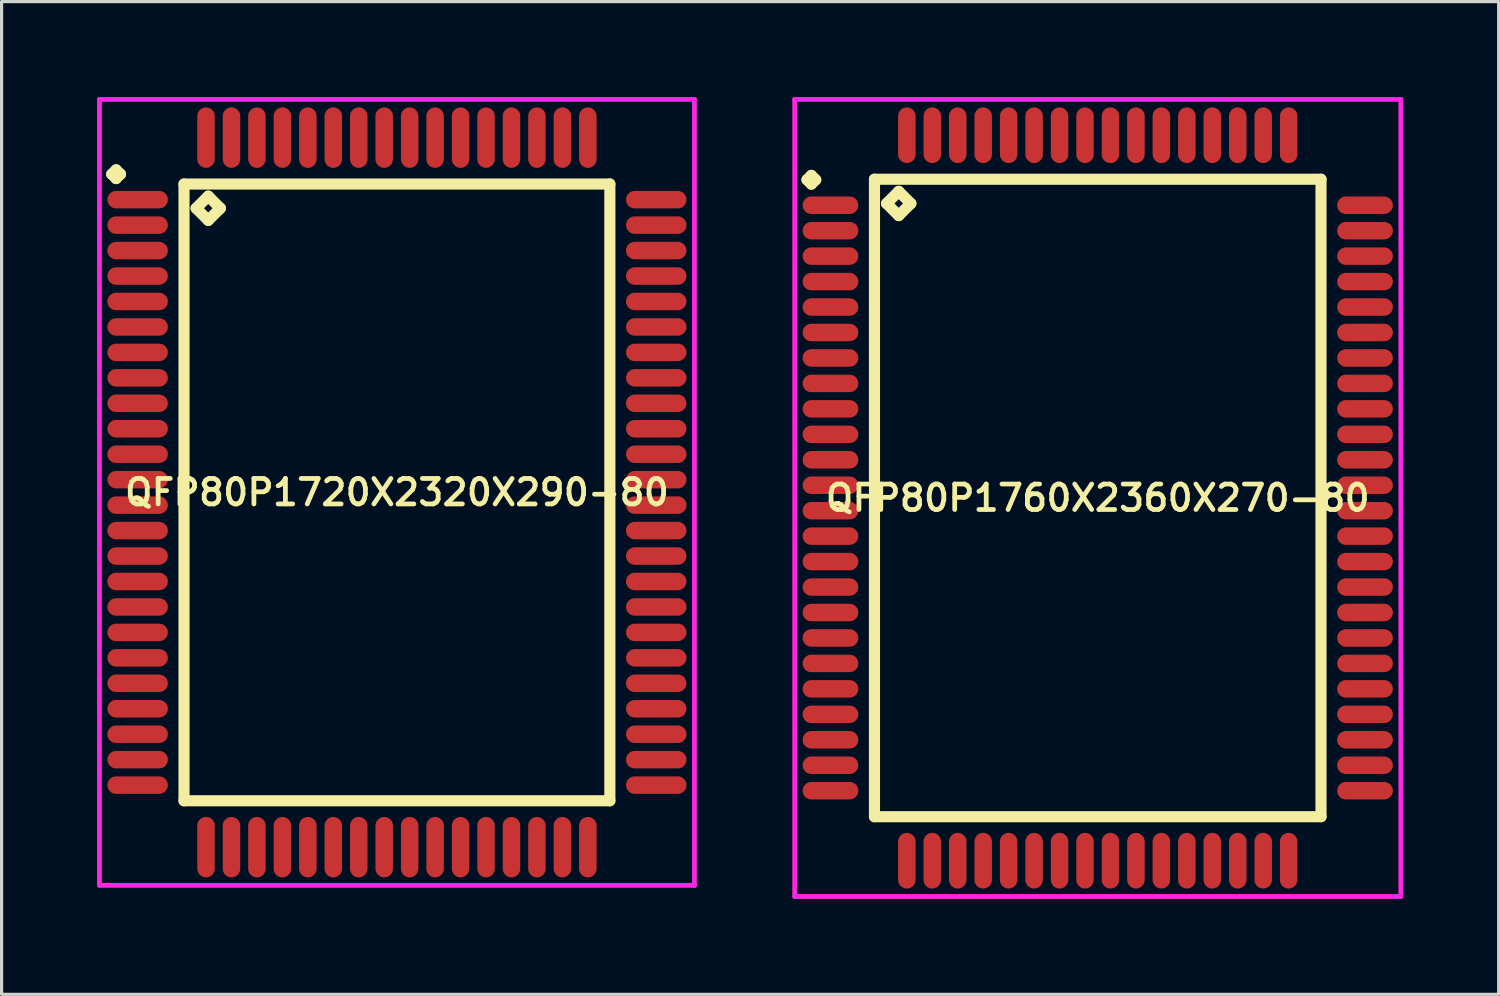
<source format=kicad_pcb>
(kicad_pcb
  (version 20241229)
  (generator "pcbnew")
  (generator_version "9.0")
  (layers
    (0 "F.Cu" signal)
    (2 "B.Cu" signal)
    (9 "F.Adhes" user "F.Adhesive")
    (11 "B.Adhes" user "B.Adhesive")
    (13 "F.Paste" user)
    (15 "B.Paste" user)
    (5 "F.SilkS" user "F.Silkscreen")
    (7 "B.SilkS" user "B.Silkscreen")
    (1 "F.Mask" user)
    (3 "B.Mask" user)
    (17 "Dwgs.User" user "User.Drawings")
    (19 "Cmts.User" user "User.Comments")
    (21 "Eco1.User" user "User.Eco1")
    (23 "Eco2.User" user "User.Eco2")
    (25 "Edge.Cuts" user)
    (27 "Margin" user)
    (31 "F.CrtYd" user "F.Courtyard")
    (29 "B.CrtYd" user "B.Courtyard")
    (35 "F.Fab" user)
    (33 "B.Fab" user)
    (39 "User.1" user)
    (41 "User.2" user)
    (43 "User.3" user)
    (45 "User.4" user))
  (footprint "QFP80P1720X2320X290-80"
    (layer "F.Cu")
    (at 9.425 12.425)
    (property "Reference" "QFP80P1720X2320X290-80" (at 0 0 0) (layer "F.SilkS") (effects (font (size 0.8 0.8) (thickness 0.15))))
    (attr smd)
    (fp_line (start -8.963 -10) (end -8.825 -10.137) (stroke (width 0.35) (type solid)) (layer "F.SilkS"))
    (fp_line (start -8.825 -10.137) (end -8.688 -10) (stroke (width 0.35) (type solid)) (layer "F.SilkS"))
    (fp_line (start -8.825 -9.863) (end -8.963 -10) (stroke (width 0.35) (type solid)) (layer "F.SilkS"))
    (fp_line (start -8.688 -10) (end -8.825 -9.863) (stroke (width 0.35) (type solid)) (layer "F.SilkS"))
    (fp_line (start -6.692 -9.692) (end -6.692 9.692) (stroke (width 0.35) (type solid)) (layer "F.SilkS"))
    (fp_line (start -6.692 9.692) (end 6.692 9.692) (stroke (width 0.35) (type solid)) (layer "F.SilkS"))
    (fp_line (start -6.311 -8.93) (end -5.93 -9.311) (stroke (width 0.35) (type solid)) (layer "F.SilkS"))
    (fp_line (start -5.93 -9.311) (end -5.549 -8.93) (stroke (width 0.35) (type solid)) (layer "F.SilkS"))
    (fp_line (start -5.93 -8.549) (end -6.311 -8.93) (stroke (width 0.35) (type solid)) (layer "F.SilkS"))
    (fp_line (start -5.549 -8.93) (end -5.93 -8.549) (stroke (width 0.35) (type solid)) (layer "F.SilkS"))
    (fp_line (start 6.692 -9.692) (end -6.692 -9.692) (stroke (width 0.35) (type solid)) (layer "F.SilkS"))
    (fp_line (start 6.692 9.692) (end 6.692 -9.692) (stroke (width 0.35) (type solid)) (layer "F.SilkS"))
    (fp_line (start -9.35 -12.35) (end 9.35 -12.35) (stroke (width 0.15) (type solid)) (layer "F.CrtYd"))
    (fp_line (start -9.35 12.35) (end -9.35 -12.35) (stroke (width 0.15) (type solid)) (layer "F.CrtYd"))
    (fp_line (start 9.35 -12.35) (end 9.35 12.35) (stroke (width 0.15) (type solid)) (layer "F.CrtYd"))
    (fp_line (start 9.35 12.35) (end -9.35 12.35) (stroke (width 0.15) (type solid)) (layer "F.CrtYd"))
    (pad "1" smd oval (at -8.15 -9.2) (size 1.9 0.55) (layers "F.Cu" "F.Mask" "F.Paste"))
    (pad "2" smd oval (at -8.15 -8.4) (size 1.9 0.55) (layers "F.Cu" "F.Mask" "F.Paste"))
    (pad "3" smd oval (at -8.15 -7.6) (size 1.9 0.55) (layers "F.Cu" "F.Mask" "F.Paste"))
    (pad "4" smd oval (at -8.15 -6.8) (size 1.9 0.55) (layers "F.Cu" "F.Mask" "F.Paste"))
    (pad "5" smd oval (at -8.15 -6) (size 1.9 0.55) (layers "F.Cu" "F.Mask" "F.Paste"))
    (pad "6" smd oval (at -8.15 -5.2) (size 1.9 0.55) (layers "F.Cu" "F.Mask" "F.Paste"))
    (pad "7" smd oval (at -8.15 -4.4) (size 1.9 0.55) (layers "F.Cu" "F.Mask" "F.Paste"))
    (pad "8" smd oval (at -8.15 -3.6) (size 1.9 0.55) (layers "F.Cu" "F.Mask" "F.Paste"))
    (pad "9" smd oval (at -8.15 -2.8) (size 1.9 0.55) (layers "F.Cu" "F.Mask" "F.Paste"))
    (pad "10" smd oval (at -8.15 -2) (size 1.9 0.55) (layers "F.Cu" "F.Mask" "F.Paste"))
    (pad "11" smd oval (at -8.15 -1.2) (size 1.9 0.55) (layers "F.Cu" "F.Mask" "F.Paste"))
    (pad "12" smd oval (at -8.15 -0.4) (size 1.9 0.55) (layers "F.Cu" "F.Mask" "F.Paste"))
    (pad "13" smd oval (at -8.15 0.4) (size 1.9 0.55) (layers "F.Cu" "F.Mask" "F.Paste"))
    (pad "14" smd oval (at -8.15 1.2) (size 1.9 0.55) (layers "F.Cu" "F.Mask" "F.Paste"))
    (pad "15" smd oval (at -8.15 2) (size 1.9 0.55) (layers "F.Cu" "F.Mask" "F.Paste"))
    (pad "16" smd oval (at -8.15 2.8) (size 1.9 0.55) (layers "F.Cu" "F.Mask" "F.Paste"))
    (pad "17" smd oval (at -8.15 3.6) (size 1.9 0.55) (layers "F.Cu" "F.Mask" "F.Paste"))
    (pad "18" smd oval (at -8.15 4.4) (size 1.9 0.55) (layers "F.Cu" "F.Mask" "F.Paste"))
    (pad "19" smd oval (at -8.15 5.2) (size 1.9 0.55) (layers "F.Cu" "F.Mask" "F.Paste"))
    (pad "20" smd oval (at -8.15 6) (size 1.9 0.55) (layers "F.Cu" "F.Mask" "F.Paste"))
    (pad "21" smd oval (at -8.15 6.8) (size 1.9 0.55) (layers "F.Cu" "F.Mask" "F.Paste"))
    (pad "22" smd oval (at -8.15 7.6) (size 1.9 0.55) (layers "F.Cu" "F.Mask" "F.Paste"))
    (pad "23" smd oval (at -8.15 8.4) (size 1.9 0.55) (layers "F.Cu" "F.Mask" "F.Paste"))
    (pad "24" smd oval (at -8.15 9.2) (size 1.9 0.55) (layers "F.Cu" "F.Mask" "F.Paste"))
    (pad "25" smd oval (at -6 11.15) (size 0.55 1.9) (layers "F.Cu" "F.Mask" "F.Paste"))
    (pad "26" smd oval (at -5.2 11.15) (size 0.55 1.9) (layers "F.Cu" "F.Mask" "F.Paste"))
    (pad "27" smd oval (at -4.4 11.15) (size 0.55 1.9) (layers "F.Cu" "F.Mask" "F.Paste"))
    (pad "28" smd oval (at -3.6 11.15) (size 0.55 1.9) (layers "F.Cu" "F.Mask" "F.Paste"))
    (pad "29" smd oval (at -2.8 11.15) (size 0.55 1.9) (layers "F.Cu" "F.Mask" "F.Paste"))
    (pad "30" smd oval (at -2 11.15) (size 0.55 1.9) (layers "F.Cu" "F.Mask" "F.Paste"))
    (pad "31" smd oval (at -1.2 11.15) (size 0.55 1.9) (layers "F.Cu" "F.Mask" "F.Paste"))
    (pad "32" smd oval (at -0.4 11.15) (size 0.55 1.9) (layers "F.Cu" "F.Mask" "F.Paste"))
    (pad "33" smd oval (at 0.4 11.15) (size 0.55 1.9) (layers "F.Cu" "F.Mask" "F.Paste"))
    (pad "34" smd oval (at 1.2 11.15) (size 0.55 1.9) (layers "F.Cu" "F.Mask" "F.Paste"))
    (pad "35" smd oval (at 2 11.15) (size 0.55 1.9) (layers "F.Cu" "F.Mask" "F.Paste"))
    (pad "36" smd oval (at 2.8 11.15) (size 0.55 1.9) (layers "F.Cu" "F.Mask" "F.Paste"))
    (pad "37" smd oval (at 3.6 11.15) (size 0.55 1.9) (layers "F.Cu" "F.Mask" "F.Paste"))
    (pad "38" smd oval (at 4.4 11.15) (size 0.55 1.9) (layers "F.Cu" "F.Mask" "F.Paste"))
    (pad "39" smd oval (at 5.2 11.15) (size 0.55 1.9) (layers "F.Cu" "F.Mask" "F.Paste"))
    (pad "40" smd oval (at 6 11.15) (size 0.55 1.9) (layers "F.Cu" "F.Mask" "F.Paste"))
    (pad "41" smd oval (at 8.15 9.2) (size 1.9 0.55) (layers "F.Cu" "F.Mask" "F.Paste"))
    (pad "42" smd oval (at 8.15 8.4) (size 1.9 0.55) (layers "F.Cu" "F.Mask" "F.Paste"))
    (pad "43" smd oval (at 8.15 7.6) (size 1.9 0.55) (layers "F.Cu" "F.Mask" "F.Paste"))
    (pad "44" smd oval (at 8.15 6.8) (size 1.9 0.55) (layers "F.Cu" "F.Mask" "F.Paste"))
    (pad "45" smd oval (at 8.15 6) (size 1.9 0.55) (layers "F.Cu" "F.Mask" "F.Paste"))
    (pad "46" smd oval (at 8.15 5.2) (size 1.9 0.55) (layers "F.Cu" "F.Mask" "F.Paste"))
    (pad "47" smd oval (at 8.15 4.4) (size 1.9 0.55) (layers "F.Cu" "F.Mask" "F.Paste"))
    (pad "48" smd oval (at 8.15 3.6) (size 1.9 0.55) (layers "F.Cu" "F.Mask" "F.Paste"))
    (pad "49" smd oval (at 8.15 2.8) (size 1.9 0.55) (layers "F.Cu" "F.Mask" "F.Paste"))
    (pad "50" smd oval (at 8.15 2) (size 1.9 0.55) (layers "F.Cu" "F.Mask" "F.Paste"))
    (pad "51" smd oval (at 8.15 1.2) (size 1.9 0.55) (layers "F.Cu" "F.Mask" "F.Paste"))
    (pad "52" smd oval (at 8.15 0.4) (size 1.9 0.55) (layers "F.Cu" "F.Mask" "F.Paste"))
    (pad "53" smd oval (at 8.15 -0.4) (size 1.9 0.55) (layers "F.Cu" "F.Mask" "F.Paste"))
    (pad "54" smd oval (at 8.15 -1.2) (size 1.9 0.55) (layers "F.Cu" "F.Mask" "F.Paste"))
    (pad "55" smd oval (at 8.15 -2) (size 1.9 0.55) (layers "F.Cu" "F.Mask" "F.Paste"))
    (pad "56" smd oval (at 8.15 -2.8) (size 1.9 0.55) (layers "F.Cu" "F.Mask" "F.Paste"))
    (pad "57" smd oval (at 8.15 -3.6) (size 1.9 0.55) (layers "F.Cu" "F.Mask" "F.Paste"))
    (pad "58" smd oval (at 8.15 -4.4) (size 1.9 0.55) (layers "F.Cu" "F.Mask" "F.Paste"))
    (pad "59" smd oval (at 8.15 -5.2) (size 1.9 0.55) (layers "F.Cu" "F.Mask" "F.Paste"))
    (pad "60" smd oval (at 8.15 -6) (size 1.9 0.55) (layers "F.Cu" "F.Mask" "F.Paste"))
    (pad "61" smd oval (at 8.15 -6.8) (size 1.9 0.55) (layers "F.Cu" "F.Mask" "F.Paste"))
    (pad "62" smd oval (at 8.15 -7.6) (size 1.9 0.55) (layers "F.Cu" "F.Mask" "F.Paste"))
    (pad "63" smd oval (at 8.15 -8.4) (size 1.9 0.55) (layers "F.Cu" "F.Mask" "F.Paste"))
    (pad "64" smd oval (at 8.15 -9.2) (size 1.9 0.55) (layers "F.Cu" "F.Mask" "F.Paste"))
    (pad "65" smd oval (at 6 -11.15) (size 0.55 1.9) (layers "F.Cu" "F.Mask" "F.Paste"))
    (pad "66" smd oval (at 5.2 -11.15) (size 0.55 1.9) (layers "F.Cu" "F.Mask" "F.Paste"))
    (pad "67" smd oval (at 4.4 -11.15) (size 0.55 1.9) (layers "F.Cu" "F.Mask" "F.Paste"))
    (pad "68" smd oval (at 3.6 -11.15) (size 0.55 1.9) (layers "F.Cu" "F.Mask" "F.Paste"))
    (pad "69" smd oval (at 2.8 -11.15) (size 0.55 1.9) (layers "F.Cu" "F.Mask" "F.Paste"))
    (pad "70" smd oval (at 2 -11.15) (size 0.55 1.9) (layers "F.Cu" "F.Mask" "F.Paste"))
    (pad "71" smd oval (at 1.2 -11.15) (size 0.55 1.9) (layers "F.Cu" "F.Mask" "F.Paste"))
    (pad "72" smd oval (at 0.4 -11.15) (size 0.55 1.9) (layers "F.Cu" "F.Mask" "F.Paste"))
    (pad "73" smd oval (at -0.4 -11.15) (size 0.55 1.9) (layers "F.Cu" "F.Mask" "F.Paste"))
    (pad "74" smd oval (at -1.2 -11.15) (size 0.55 1.9) (layers "F.Cu" "F.Mask" "F.Paste"))
    (pad "75" smd oval (at -2 -11.15) (size 0.55 1.9) (layers "F.Cu" "F.Mask" "F.Paste"))
    (pad "76" smd oval (at -2.8 -11.15) (size 0.55 1.9) (layers "F.Cu" "F.Mask" "F.Paste"))
    (pad "77" smd oval (at -3.6 -11.15) (size 0.55 1.9) (layers "F.Cu" "F.Mask" "F.Paste"))
    (pad "78" smd oval (at -4.4 -11.15) (size 0.55 1.9) (layers "F.Cu" "F.Mask" "F.Paste"))
    (pad "79" smd oval (at -5.2 -11.15) (size 0.55 1.9) (layers "F.Cu" "F.Mask" "F.Paste"))
    (pad "80" smd oval (at -6 -11.15) (size 0.55 1.9) (layers "F.Cu" "F.Mask" "F.Paste")))
  (footprint "QFP80P1760X2360X270-80"
    (layer "F.Cu")
    (at 31.45 12.6)
    (property "Reference" "QFP80P1760X2360X270-80" (at 0 0 0) (layer "F.SilkS") (effects (font (size 0.8 0.8) (thickness 0.15))))
    (attr smd)
    (fp_line (start -9.137 -10) (end -9 -10.137) (stroke (width 0.35) (type solid)) (layer "F.SilkS"))
    (fp_line (start -9 -10.137) (end -8.863 -10) (stroke (width 0.35) (type solid)) (layer "F.SilkS"))
    (fp_line (start -9 -9.863) (end -9.137 -10) (stroke (width 0.35) (type solid)) (layer "F.SilkS"))
    (fp_line (start -8.863 -10) (end -9 -9.863) (stroke (width 0.35) (type solid)) (layer "F.SilkS"))
    (fp_line (start -7.017 -10.017) (end -7.017 10.017) (stroke (width 0.35) (type solid)) (layer "F.SilkS"))
    (fp_line (start -7.017 10.017) (end 7.017 10.017) (stroke (width 0.35) (type solid)) (layer "F.SilkS"))
    (fp_line (start -6.636 -9.255) (end -6.255 -9.636) (stroke (width 0.35) (type solid)) (layer "F.SilkS"))
    (fp_line (start -6.255 -9.636) (end -5.874 -9.255) (stroke (width 0.35) (type solid)) (layer "F.SilkS"))
    (fp_line (start -6.255 -8.874) (end -6.636 -9.255) (stroke (width 0.35) (type solid)) (layer "F.SilkS"))
    (fp_line (start -5.874 -9.255) (end -6.255 -8.874) (stroke (width 0.35) (type solid)) (layer "F.SilkS"))
    (fp_line (start 7.017 -10.017) (end -7.017 -10.017) (stroke (width 0.35) (type solid)) (layer "F.SilkS"))
    (fp_line (start 7.017 10.017) (end 7.017 -10.017) (stroke (width 0.35) (type solid)) (layer "F.SilkS"))
    (fp_line (start -9.525 -12.525) (end 9.525 -12.525) (stroke (width 0.15) (type solid)) (layer "F.CrtYd"))
    (fp_line (start -9.525 12.525) (end -9.525 -12.525) (stroke (width 0.15) (type solid)) (layer "F.CrtYd"))
    (fp_line (start 9.525 -12.525) (end 9.525 12.525) (stroke (width 0.15) (type solid)) (layer "F.CrtYd"))
    (fp_line (start 9.525 12.525) (end -9.525 12.525) (stroke (width 0.15) (type solid)) (layer "F.CrtYd"))
    (pad "1" smd oval (at -8.4 -9.2) (size 1.75 0.55) (layers "F.Cu" "F.Mask" "F.Paste"))
    (pad "2" smd oval (at -8.4 -8.4) (size 1.75 0.55) (layers "F.Cu" "F.Mask" "F.Paste"))
    (pad "3" smd oval (at -8.4 -7.6) (size 1.75 0.55) (layers "F.Cu" "F.Mask" "F.Paste"))
    (pad "4" smd oval (at -8.4 -6.8) (size 1.75 0.55) (layers "F.Cu" "F.Mask" "F.Paste"))
    (pad "5" smd oval (at -8.4 -6) (size 1.75 0.55) (layers "F.Cu" "F.Mask" "F.Paste"))
    (pad "6" smd oval (at -8.4 -5.2) (size 1.75 0.55) (layers "F.Cu" "F.Mask" "F.Paste"))
    (pad "7" smd oval (at -8.4 -4.4) (size 1.75 0.55) (layers "F.Cu" "F.Mask" "F.Paste"))
    (pad "8" smd oval (at -8.4 -3.6) (size 1.75 0.55) (layers "F.Cu" "F.Mask" "F.Paste"))
    (pad "9" smd oval (at -8.4 -2.8) (size 1.75 0.55) (layers "F.Cu" "F.Mask" "F.Paste"))
    (pad "10" smd oval (at -8.4 -2) (size 1.75 0.55) (layers "F.Cu" "F.Mask" "F.Paste"))
    (pad "11" smd oval (at -8.4 -1.2) (size 1.75 0.55) (layers "F.Cu" "F.Mask" "F.Paste"))
    (pad "12" smd oval (at -8.4 -0.4) (size 1.75 0.55) (layers "F.Cu" "F.Mask" "F.Paste"))
    (pad "13" smd oval (at -8.4 0.4) (size 1.75 0.55) (layers "F.Cu" "F.Mask" "F.Paste"))
    (pad "14" smd oval (at -8.4 1.2) (size 1.75 0.55) (layers "F.Cu" "F.Mask" "F.Paste"))
    (pad "15" smd oval (at -8.4 2) (size 1.75 0.55) (layers "F.Cu" "F.Mask" "F.Paste"))
    (pad "16" smd oval (at -8.4 2.8) (size 1.75 0.55) (layers "F.Cu" "F.Mask" "F.Paste"))
    (pad "17" smd oval (at -8.4 3.6) (size 1.75 0.55) (layers "F.Cu" "F.Mask" "F.Paste"))
    (pad "18" smd oval (at -8.4 4.4) (size 1.75 0.55) (layers "F.Cu" "F.Mask" "F.Paste"))
    (pad "19" smd oval (at -8.4 5.2) (size 1.75 0.55) (layers "F.Cu" "F.Mask" "F.Paste"))
    (pad "20" smd oval (at -8.4 6) (size 1.75 0.55) (layers "F.Cu" "F.Mask" "F.Paste"))
    (pad "21" smd oval (at -8.4 6.8) (size 1.75 0.55) (layers "F.Cu" "F.Mask" "F.Paste"))
    (pad "22" smd oval (at -8.4 7.6) (size 1.75 0.55) (layers "F.Cu" "F.Mask" "F.Paste"))
    (pad "23" smd oval (at -8.4 8.4) (size 1.75 0.55) (layers "F.Cu" "F.Mask" "F.Paste"))
    (pad "24" smd oval (at -8.4 9.2) (size 1.75 0.55) (layers "F.Cu" "F.Mask" "F.Paste"))
    (pad "25" smd oval (at -6 11.4) (size 0.55 1.75) (layers "F.Cu" "F.Mask" "F.Paste"))
    (pad "26" smd oval (at -5.2 11.4) (size 0.55 1.75) (layers "F.Cu" "F.Mask" "F.Paste"))
    (pad "27" smd oval (at -4.4 11.4) (size 0.55 1.75) (layers "F.Cu" "F.Mask" "F.Paste"))
    (pad "28" smd oval (at -3.6 11.4) (size 0.55 1.75) (layers "F.Cu" "F.Mask" "F.Paste"))
    (pad "29" smd oval (at -2.8 11.4) (size 0.55 1.75) (layers "F.Cu" "F.Mask" "F.Paste"))
    (pad "30" smd oval (at -2 11.4) (size 0.55 1.75) (layers "F.Cu" "F.Mask" "F.Paste"))
    (pad "31" smd oval (at -1.2 11.4) (size 0.55 1.75) (layers "F.Cu" "F.Mask" "F.Paste"))
    (pad "32" smd oval (at -0.4 11.4) (size 0.55 1.75) (layers "F.Cu" "F.Mask" "F.Paste"))
    (pad "33" smd oval (at 0.4 11.4) (size 0.55 1.75) (layers "F.Cu" "F.Mask" "F.Paste"))
    (pad "34" smd oval (at 1.2 11.4) (size 0.55 1.75) (layers "F.Cu" "F.Mask" "F.Paste"))
    (pad "35" smd oval (at 2 11.4) (size 0.55 1.75) (layers "F.Cu" "F.Mask" "F.Paste"))
    (pad "36" smd oval (at 2.8 11.4) (size 0.55 1.75) (layers "F.Cu" "F.Mask" "F.Paste"))
    (pad "37" smd oval (at 3.6 11.4) (size 0.55 1.75) (layers "F.Cu" "F.Mask" "F.Paste"))
    (pad "38" smd oval (at 4.4 11.4) (size 0.55 1.75) (layers "F.Cu" "F.Mask" "F.Paste"))
    (pad "39" smd oval (at 5.2 11.4) (size 0.55 1.75) (layers "F.Cu" "F.Mask" "F.Paste"))
    (pad "40" smd oval (at 6 11.4) (size 0.55 1.75) (layers "F.Cu" "F.Mask" "F.Paste"))
    (pad "41" smd oval (at 8.4 9.2) (size 1.75 0.55) (layers "F.Cu" "F.Mask" "F.Paste"))
    (pad "42" smd oval (at 8.4 8.4) (size 1.75 0.55) (layers "F.Cu" "F.Mask" "F.Paste"))
    (pad "43" smd oval (at 8.4 7.6) (size 1.75 0.55) (layers "F.Cu" "F.Mask" "F.Paste"))
    (pad "44" smd oval (at 8.4 6.8) (size 1.75 0.55) (layers "F.Cu" "F.Mask" "F.Paste"))
    (pad "45" smd oval (at 8.4 6) (size 1.75 0.55) (layers "F.Cu" "F.Mask" "F.Paste"))
    (pad "46" smd oval (at 8.4 5.2) (size 1.75 0.55) (layers "F.Cu" "F.Mask" "F.Paste"))
    (pad "47" smd oval (at 8.4 4.4) (size 1.75 0.55) (layers "F.Cu" "F.Mask" "F.Paste"))
    (pad "48" smd oval (at 8.4 3.6) (size 1.75 0.55) (layers "F.Cu" "F.Mask" "F.Paste"))
    (pad "49" smd oval (at 8.4 2.8) (size 1.75 0.55) (layers "F.Cu" "F.Mask" "F.Paste"))
    (pad "50" smd oval (at 8.4 2) (size 1.75 0.55) (layers "F.Cu" "F.Mask" "F.Paste"))
    (pad "51" smd oval (at 8.4 1.2) (size 1.75 0.55) (layers "F.Cu" "F.Mask" "F.Paste"))
    (pad "52" smd oval (at 8.4 0.4) (size 1.75 0.55) (layers "F.Cu" "F.Mask" "F.Paste"))
    (pad "53" smd oval (at 8.4 -0.4) (size 1.75 0.55) (layers "F.Cu" "F.Mask" "F.Paste"))
    (pad "54" smd oval (at 8.4 -1.2) (size 1.75 0.55) (layers "F.Cu" "F.Mask" "F.Paste"))
    (pad "55" smd oval (at 8.4 -2) (size 1.75 0.55) (layers "F.Cu" "F.Mask" "F.Paste"))
    (pad "56" smd oval (at 8.4 -2.8) (size 1.75 0.55) (layers "F.Cu" "F.Mask" "F.Paste"))
    (pad "57" smd oval (at 8.4 -3.6) (size 1.75 0.55) (layers "F.Cu" "F.Mask" "F.Paste"))
    (pad "58" smd oval (at 8.4 -4.4) (size 1.75 0.55) (layers "F.Cu" "F.Mask" "F.Paste"))
    (pad "59" smd oval (at 8.4 -5.2) (size 1.75 0.55) (layers "F.Cu" "F.Mask" "F.Paste"))
    (pad "60" smd oval (at 8.4 -6) (size 1.75 0.55) (layers "F.Cu" "F.Mask" "F.Paste"))
    (pad "61" smd oval (at 8.4 -6.8) (size 1.75 0.55) (layers "F.Cu" "F.Mask" "F.Paste"))
    (pad "62" smd oval (at 8.4 -7.6) (size 1.75 0.55) (layers "F.Cu" "F.Mask" "F.Paste"))
    (pad "63" smd oval (at 8.4 -8.4) (size 1.75 0.55) (layers "F.Cu" "F.Mask" "F.Paste"))
    (pad "64" smd oval (at 8.4 -9.2) (size 1.75 0.55) (layers "F.Cu" "F.Mask" "F.Paste"))
    (pad "65" smd oval (at 6 -11.4) (size 0.55 1.75) (layers "F.Cu" "F.Mask" "F.Paste"))
    (pad "66" smd oval (at 5.2 -11.4) (size 0.55 1.75) (layers "F.Cu" "F.Mask" "F.Paste"))
    (pad "67" smd oval (at 4.4 -11.4) (size 0.55 1.75) (layers "F.Cu" "F.Mask" "F.Paste"))
    (pad "68" smd oval (at 3.6 -11.4) (size 0.55 1.75) (layers "F.Cu" "F.Mask" "F.Paste"))
    (pad "69" smd oval (at 2.8 -11.4) (size 0.55 1.75) (layers "F.Cu" "F.Mask" "F.Paste"))
    (pad "70" smd oval (at 2 -11.4) (size 0.55 1.75) (layers "F.Cu" "F.Mask" "F.Paste"))
    (pad "71" smd oval (at 1.2 -11.4) (size 0.55 1.75) (layers "F.Cu" "F.Mask" "F.Paste"))
    (pad "72" smd oval (at 0.4 -11.4) (size 0.55 1.75) (layers "F.Cu" "F.Mask" "F.Paste"))
    (pad "73" smd oval (at -0.4 -11.4) (size 0.55 1.75) (layers "F.Cu" "F.Mask" "F.Paste"))
    (pad "74" smd oval (at -1.2 -11.4) (size 0.55 1.75) (layers "F.Cu" "F.Mask" "F.Paste"))
    (pad "75" smd oval (at -2 -11.4) (size 0.55 1.75) (layers "F.Cu" "F.Mask" "F.Paste"))
    (pad "76" smd oval (at -2.8 -11.4) (size 0.55 1.75) (layers "F.Cu" "F.Mask" "F.Paste"))
    (pad "77" smd oval (at -3.6 -11.4) (size 0.55 1.75) (layers "F.Cu" "F.Mask" "F.Paste"))
    (pad "78" smd oval (at -4.4 -11.4) (size 0.55 1.75) (layers "F.Cu" "F.Mask" "F.Paste"))
    (pad "79" smd oval (at -5.2 -11.4) (size 0.55 1.75) (layers "F.Cu" "F.Mask" "F.Paste"))
    (pad "80" smd oval (at -6 -11.4) (size 0.55 1.75) (layers "F.Cu" "F.Mask" "F.Paste")))
  (gr_rect
    (start -3 -3)
    (end 44.05 28.2)
    (stroke (width 0.1) (type default))
    (fill no)
    (layer "Edge.Cuts")))
</source>
